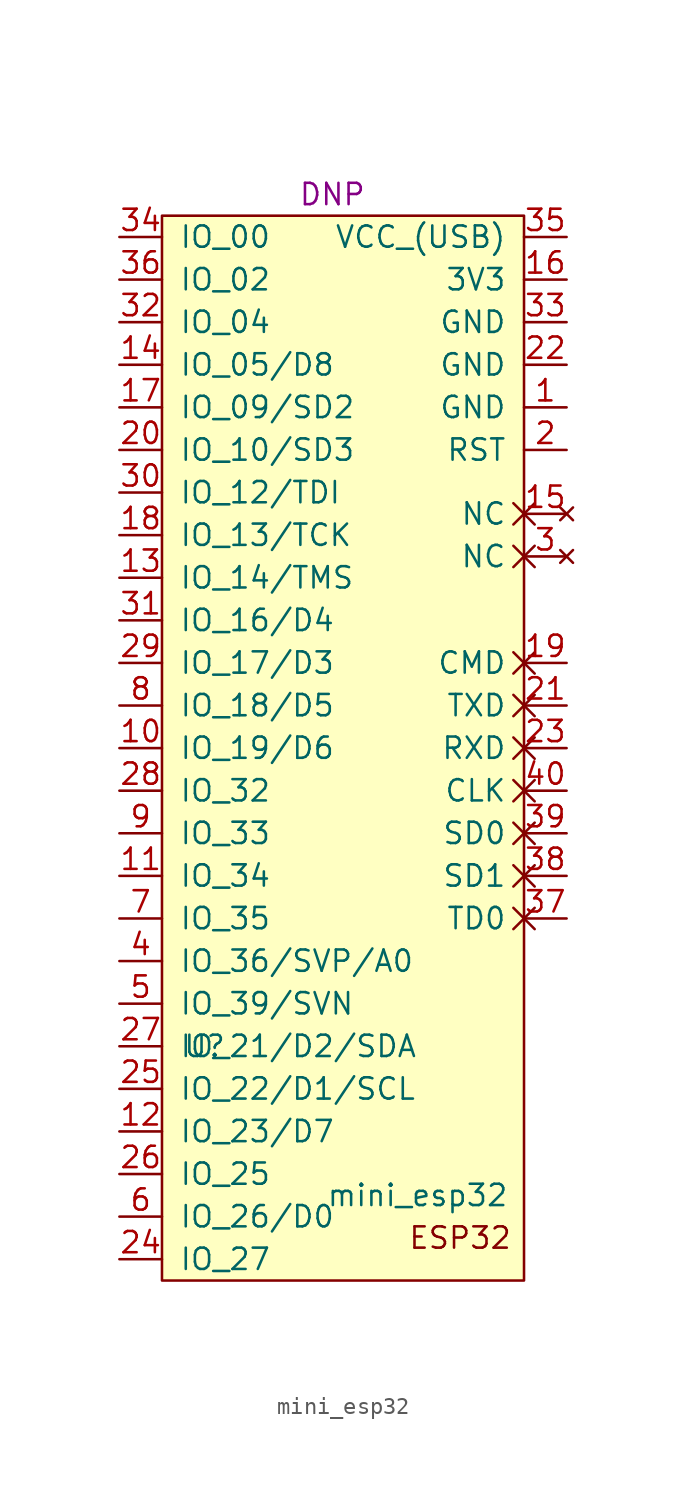
<source format=kicad_sym>
(kicad_symbol_lib
  (version 20220914)
  (generator kicad_symbol_editor)
  (symbol "mini_esp32"
    (pin_names
      (offset 1.016))
    (property "Reference" "U"
      (at -7.62 -50.8 0)
      (effects (font (size 1.27 1.27))))
    (property "Value" "mini_esp32"
      (at 5.08 -59.69 0)
      (effects (font (size 1.27 1.27))))
    (property "MPN" "DNP"
      (at 0 0 0)
      (effects (font (size 1.27 1.27))))
    (symbol "mini_esp32_0_0"
      (text "ESP32" (at 7.62 -62.23 0) (effects (font (size 1.27 1.27))))
      (pin power_in line (at 13.97 -12.7 180) (length 2.54) (name "GND" (effects (font (size 1.27 1.27)))) (number "1" (effects (font (size 1.27 1.27)))))
      (pin input line (at 13.97 -15.24 180) (length 2.54) (name "RST" (effects (font (size 1.27 1.27)))) (number "2" (effects (font (size 1.27 1.27)))))
      (pin no_connect non_logic (at 13.97 -21.59 180) (length 2.54) (name "NC" (effects (font (size 1.27 1.27)))) (number "3" (effects (font (size 1.27 1.27)))))
      (pin bidirectional line (at -12.7 -45.72 0) (length 2.54) (name "IO_36/SVP/A0" (effects (font (size 1.27 1.27)))) (number "4" (effects (font (size 1.27 1.27)))))
      (pin bidirectional line (at -12.7 -48.26 0) (length 2.54) (name "IO_39/SVN" (effects (font (size 1.27 1.27)))) (number "5" (effects (font (size 1.27 1.27))))))
    (symbol "mini_esp32_0_1"
      (rectangle (start -10.16 -1.27) (end 11.43 -64.77) (stroke (width 0) (type solid)) (fill (type background))))
    (symbol "mini_esp32_1_1"
      (pin bidirectional line (at -12.7 -33.02 0) (length 2.54) (name "IO_19/D6" (effects (font (size 1.27 1.27)))) (number "10" (effects (font (size 1.27 1.27)))))
      (pin bidirectional line (at -12.7 -40.64 0) (length 2.54) (name "IO_34" (effects (font (size 1.27 1.27)))) (number "11" (effects (font (size 1.27 1.27)))))
      (pin bidirectional line (at -12.7 -55.88 0) (length 2.54) (name "IO_23/D7" (effects (font (size 1.27 1.27)))) (number "12" (effects (font (size 1.27 1.27)))))
      (pin bidirectional line (at -12.7 -22.86 0) (length 2.54) (name "IO_14/TMS" (effects (font (size 1.27 1.27)))) (number "13" (effects (font (size 1.27 1.27)))))
      (pin bidirectional line (at -12.7 -10.16 0) (length 2.54) (name "IO_05/D8" (effects (font (size 1.27 1.27)))) (number "14" (effects (font (size 1.27 1.27)))))
      (pin no_connect non_logic (at 13.97 -19.05 180) (length 2.54) (name "NC" (effects (font (size 1.27 1.27)))) (number "15" (effects (font (size 1.27 1.27)))))
      (pin power_in line (at 13.97 -5.08 180) (length 2.54) (name "3V3" (effects (font (size 1.27 1.27)))) (number "16" (effects (font (size 1.27 1.27)))))
      (pin bidirectional line (at -12.7 -12.7 0) (length 2.54) (name "IO_09/SD2" (effects (font (size 1.27 1.27)))) (number "17" (effects (font (size 1.27 1.27)))))
      (pin bidirectional line (at -12.7 -20.32 0) (length 2.54) (name "IO_13/TCK" (effects (font (size 1.27 1.27)))) (number "18" (effects (font (size 1.27 1.27)))))
      (pin passive non_logic (at 13.97 -27.94 180) (length 2.54) (name "CMD" (effects (font (size 1.27 1.27)))) (number "19" (effects (font (size 1.27 1.27)))))
      (pin bidirectional line (at -12.7 -15.24 0) (length 2.54) (name "IO_10/SD3" (effects (font (size 1.27 1.27)))) (number "20" (effects (font (size 1.27 1.27)))))
      (pin passive non_logic (at 13.97 -30.48 180) (length 2.54) (name "TXD" (effects (font (size 1.27 1.27)))) (number "21" (effects (font (size 1.27 1.27)))))
      (pin power_in line (at 13.97 -10.16 180) (length 2.54) (name "GND" (effects (font (size 1.27 1.27)))) (number "22" (effects (font (size 1.27 1.27)))))
      (pin passive non_logic (at 13.97 -33.02 180) (length 2.54) (name "RXD" (effects (font (size 1.27 1.27)))) (number "23" (effects (font (size 1.27 1.27)))))
      (pin bidirectional line (at -12.7 -63.5 0) (length 2.54) (name "IO_27" (effects (font (size 1.27 1.27)))) (number "24" (effects (font (size 1.27 1.27)))))
      (pin bidirectional line (at -12.7 -53.34 0) (length 2.54) (name "IO_22/D1/SCL" (effects (font (size 1.27 1.27)))) (number "25" (effects (font (size 1.27 1.27)))))
      (pin bidirectional line (at -12.7 -58.42 0) (length 2.54) (name "IO_25" (effects (font (size 1.27 1.27)))) (number "26" (effects (font (size 1.27 1.27)))))
      (pin bidirectional line (at -12.7 -50.8 0) (length 2.54) (name "IO_21/D2/SDA" (effects (font (size 1.27 1.27)))) (number "27" (effects (font (size 1.27 1.27)))))
      (pin bidirectional line (at -12.7 -35.56 0) (length 2.54) (name "IO_32" (effects (font (size 1.27 1.27)))) (number "28" (effects (font (size 1.27 1.27)))))
      (pin bidirectional line (at -12.7 -27.94 0) (length 2.54) (name "IO_17/D3" (effects (font (size 1.27 1.27)))) (number "29" (effects (font (size 1.27 1.27)))))
      (pin bidirectional line (at -12.7 -17.78 0) (length 2.54) (name "IO_12/TDI" (effects (font (size 1.27 1.27)))) (number "30" (effects (font (size 1.27 1.27)))))
      (pin bidirectional line (at -12.7 -25.4 0) (length 2.54) (name "IO_16/D4" (effects (font (size 1.27 1.27)))) (number "31" (effects (font (size 1.27 1.27)))))
      (pin bidirectional line (at -12.7 -7.62 0) (length 2.54) (name "IO_04" (effects (font (size 1.27 1.27)))) (number "32" (effects (font (size 1.27 1.27)))))
      (pin power_in line (at 13.97 -7.62 180) (length 2.54) (name "GND" (effects (font (size 1.27 1.27)))) (number "33" (effects (font (size 1.27 1.27)))))
      (pin bidirectional line (at -12.7 -2.54 0) (length 2.54) (name "IO_00" (effects (font (size 1.27 1.27)))) (number "34" (effects (font (size 1.27 1.27)))))
      (pin power_in line (at 13.97 -2.54 180) (length 2.54) (name "VCC_(USB)" (effects (font (size 1.27 1.27)))) (number "35" (effects (font (size 1.27 1.27)))))
      (pin bidirectional line (at -12.7 -5.08 0) (length 2.54) (name "IO_02" (effects (font (size 1.27 1.27)))) (number "36" (effects (font (size 1.27 1.27)))))
      (pin passive non_logic (at 13.97 -43.18 180) (length 2.54) (name "TD0" (effects (font (size 1.27 1.27)))) (number "37" (effects (font (size 1.27 1.27)))))
      (pin passive non_logic (at 13.97 -40.64 180) (length 2.54) (name "SD1" (effects (font (size 1.27 1.27)))) (number "38" (effects (font (size 1.27 1.27)))))
      (pin passive non_logic (at 13.97 -38.1 180) (length 2.54) (name "SD0" (effects (font (size 1.27 1.27)))) (number "39" (effects (font (size 1.27 1.27)))))
      (pin passive non_logic (at 13.97 -35.56 180) (length 2.54) (name "CLK" (effects (font (size 1.27 1.27)))) (number "40" (effects (font (size 1.27 1.27)))))
      (pin bidirectional line (at -12.7 -60.96 0) (length 2.54) (name "IO_26/D0" (effects (font (size 1.27 1.27)))) (number "6" (effects (font (size 1.27 1.27)))))
      (pin bidirectional line (at -12.7 -43.18 0) (length 2.54) (name "IO_35" (effects (font (size 1.27 1.27)))) (number "7" (effects (font (size 1.27 1.27)))))
      (pin bidirectional line (at -12.7 -30.48 0) (length 2.54) (name "IO_18/D5" (effects (font (size 1.27 1.27)))) (number "8" (effects (font (size 1.27 1.27)))))
      (pin bidirectional line (at -12.7 -38.1 0) (length 2.54) (name "IO_33" (effects (font (size 1.27 1.27)))) (number "9" (effects (font (size 1.27 1.27))))))))
</source>
